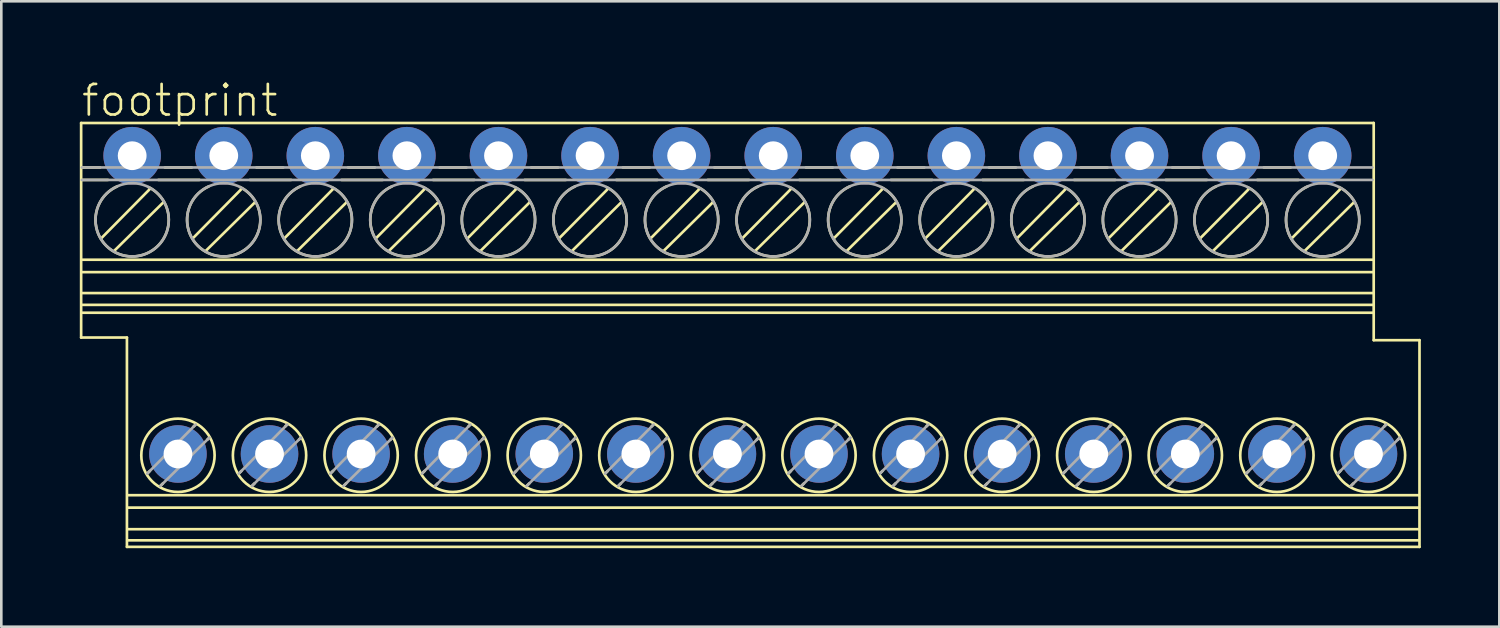
<source format=kicad_pcb>
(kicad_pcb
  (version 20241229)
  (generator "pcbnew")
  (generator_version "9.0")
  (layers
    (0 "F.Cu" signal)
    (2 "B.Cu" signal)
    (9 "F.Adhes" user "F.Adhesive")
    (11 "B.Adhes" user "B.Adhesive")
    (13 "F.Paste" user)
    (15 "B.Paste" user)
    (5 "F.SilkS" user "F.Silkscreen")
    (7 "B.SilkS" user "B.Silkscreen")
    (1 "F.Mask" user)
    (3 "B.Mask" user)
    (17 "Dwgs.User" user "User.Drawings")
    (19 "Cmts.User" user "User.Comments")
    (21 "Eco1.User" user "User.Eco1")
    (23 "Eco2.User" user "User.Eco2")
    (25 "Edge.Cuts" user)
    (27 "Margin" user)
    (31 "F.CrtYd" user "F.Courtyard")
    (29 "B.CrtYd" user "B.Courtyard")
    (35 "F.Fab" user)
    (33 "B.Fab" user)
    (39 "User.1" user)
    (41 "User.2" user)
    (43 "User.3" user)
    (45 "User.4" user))
  (footprint "footprint"
    (layer "F.Cu")
    (at 24.751 9.751)
    (property "Reference" "footprint" (at -24.751 -8.278 0) (layer "F.SilkS") (effects (font (size 1.168 1.168) (thickness 0.102)) (justify left bottom)))
    (fp_line (start -24.7 -8.1) (end 24.7 -8.1) (stroke (width 0.102) (type solid)) (layer "F.SilkS"))
    (fp_line (start -24.7 0.1) (end -24.7 -8.1) (stroke (width 0.102) (type solid)) (layer "F.SilkS"))
    (fp_line (start -24.675 -6.4) (end -23.975 -6.4) (stroke (width 0.102) (type solid)) (layer "F.SilkS"))
    (fp_line (start -24.675 -5.925) (end -23.675 -5.925) (stroke (width 0.102) (type solid)) (layer "F.SilkS"))
    (fp_line (start -24.65 -2.875) (end 24.675 -2.875) (stroke (width 0.102) (type solid)) (layer "F.SilkS"))
    (fp_line (start -24.65 -2.4) (end 24.675 -2.4) (stroke (width 0.102) (type solid)) (layer "F.SilkS"))
    (fp_line (start -24.65 -1.6) (end 24.675 -1.6) (stroke (width 0.102) (type solid)) (layer "F.SilkS"))
    (fp_line (start -24.65 -0.85) (end 24.675 -0.85) (stroke (width 0.102) (type solid)) (layer "F.SilkS"))
    (fp_line (start -23.925 -3.7) (end -22.075 -5.575) (stroke (width 0.102) (type solid)) (layer "F.SilkS"))
    (fp_line (start -23.425 -3.225) (end -21.55 -5.075) (stroke (width 0.102) (type solid)) (layer "F.SilkS"))
    (fp_line (start -22.95 0.1) (end -24.7 0.1) (stroke (width 0.102) (type solid)) (layer "F.SilkS"))
    (fp_line (start -22.95 8.1) (end -22.95 0.1) (stroke (width 0.102) (type solid)) (layer "F.SilkS"))
    (fp_line (start -22.9 6.125) (end 26.425 6.125) (stroke (width 0.102) (type solid)) (layer "F.SilkS"))
    (fp_line (start -22.9 6.6) (end 26.425 6.6) (stroke (width 0.102) (type solid)) (layer "F.SilkS"))
    (fp_line (start -22.9 7.425) (end 26.425 7.425) (stroke (width 0.102) (type solid)) (layer "F.SilkS"))
    (fp_line (start -22.9 7.85) (end 26.425 7.85) (stroke (width 0.102) (type solid)) (layer "F.SilkS"))
    (fp_line (start -22.175 5.3) (end -22.075 5.2) (stroke (width 0.102) (type solid)) (layer "F.SilkS"))
    (fp_line (start -21.75 -5.925) (end -20.175 -5.925) (stroke (width 0.102) (type solid)) (layer "F.SilkS"))
    (fp_line (start -21.675 5.775) (end -21.575 5.675) (stroke (width 0.102) (type solid)) (layer "F.SilkS"))
    (fp_line (start -21.5 -6.4) (end -20.475 -6.4) (stroke (width 0.102) (type solid)) (layer "F.SilkS"))
    (fp_line (start -20.425 -3.7) (end -18.575 -5.575) (stroke (width 0.102) (type solid)) (layer "F.SilkS"))
    (fp_line (start -20.4 3.5) (end -20.325 3.425) (stroke (width 0.102) (type solid)) (layer "F.SilkS"))
    (fp_line (start -19.925 -3.225) (end -18.05 -5.075) (stroke (width 0.102) (type solid)) (layer "F.SilkS"))
    (fp_line (start -19.875 4) (end -19.8 3.925) (stroke (width 0.102) (type solid)) (layer "F.SilkS"))
    (fp_line (start -18.675 5.3) (end -18.575 5.2) (stroke (width 0.102) (type solid)) (layer "F.SilkS"))
    (fp_line (start -18.25 -5.925) (end -16.675 -5.925) (stroke (width 0.102) (type solid)) (layer "F.SilkS"))
    (fp_line (start -18.175 5.775) (end -18.075 5.675) (stroke (width 0.102) (type solid)) (layer "F.SilkS"))
    (fp_line (start -18 -6.4) (end -16.975 -6.4) (stroke (width 0.102) (type solid)) (layer "F.SilkS"))
    (fp_line (start -16.925 -3.7) (end -15.075 -5.575) (stroke (width 0.102) (type solid)) (layer "F.SilkS"))
    (fp_line (start -16.9 3.5) (end -16.825 3.425) (stroke (width 0.102) (type solid)) (layer "F.SilkS"))
    (fp_line (start -16.425 -3.225) (end -14.55 -5.075) (stroke (width 0.102) (type solid)) (layer "F.SilkS"))
    (fp_line (start -16.375 4) (end -16.3 3.925) (stroke (width 0.102) (type solid)) (layer "F.SilkS"))
    (fp_line (start -15.175 5.3) (end -15.075 5.2) (stroke (width 0.102) (type solid)) (layer "F.SilkS"))
    (fp_line (start -14.75 -5.925) (end -13.175 -5.925) (stroke (width 0.102) (type solid)) (layer "F.SilkS"))
    (fp_line (start -14.675 5.775) (end -14.575 5.675) (stroke (width 0.102) (type solid)) (layer "F.SilkS"))
    (fp_line (start -14.5 -6.4) (end -13.475 -6.4) (stroke (width 0.102) (type solid)) (layer "F.SilkS"))
    (fp_line (start -13.425 -3.7) (end -11.575 -5.575) (stroke (width 0.102) (type solid)) (layer "F.SilkS"))
    (fp_line (start -13.4 3.5) (end -13.325 3.425) (stroke (width 0.102) (type solid)) (layer "F.SilkS"))
    (fp_line (start -12.925 -3.225) (end -11.05 -5.075) (stroke (width 0.102) (type solid)) (layer "F.SilkS"))
    (fp_line (start -12.875 4) (end -12.8 3.925) (stroke (width 0.102) (type solid)) (layer "F.SilkS"))
    (fp_line (start -11.675 5.3) (end -11.575 5.2) (stroke (width 0.102) (type solid)) (layer "F.SilkS"))
    (fp_line (start -11.25 -5.925) (end -9.675 -5.925) (stroke (width 0.102) (type solid)) (layer "F.SilkS"))
    (fp_line (start -11.175 5.775) (end -11.075 5.675) (stroke (width 0.102) (type solid)) (layer "F.SilkS"))
    (fp_line (start -11 -6.4) (end -9.975 -6.4) (stroke (width 0.102) (type solid)) (layer "F.SilkS"))
    (fp_line (start -9.925 -3.7) (end -8.075 -5.575) (stroke (width 0.102) (type solid)) (layer "F.SilkS"))
    (fp_line (start -9.9 3.5) (end -9.825 3.425) (stroke (width 0.102) (type solid)) (layer "F.SilkS"))
    (fp_line (start -9.425 -3.225) (end -7.55 -5.075) (stroke (width 0.102) (type solid)) (layer "F.SilkS"))
    (fp_line (start -9.375 4) (end -9.3 3.925) (stroke (width 0.102) (type solid)) (layer "F.SilkS"))
    (fp_line (start -8.175 5.3) (end -8.075 5.2) (stroke (width 0.102) (type solid)) (layer "F.SilkS"))
    (fp_line (start -7.75 -5.925) (end -6.175 -5.925) (stroke (width 0.102) (type solid)) (layer "F.SilkS"))
    (fp_line (start -7.675 5.775) (end -7.575 5.675) (stroke (width 0.102) (type solid)) (layer "F.SilkS"))
    (fp_line (start -7.5 -6.4) (end -6.475 -6.4) (stroke (width 0.102) (type solid)) (layer "F.SilkS"))
    (fp_line (start -6.425 -3.7) (end -4.575 -5.575) (stroke (width 0.102) (type solid)) (layer "F.SilkS"))
    (fp_line (start -6.4 3.5) (end -6.325 3.425) (stroke (width 0.102) (type solid)) (layer "F.SilkS"))
    (fp_line (start -5.925 -3.225) (end -4.05 -5.075) (stroke (width 0.102) (type solid)) (layer "F.SilkS"))
    (fp_line (start -5.875 4) (end -5.8 3.925) (stroke (width 0.102) (type solid)) (layer "F.SilkS"))
    (fp_line (start -4.675 5.3) (end -4.575 5.2) (stroke (width 0.102) (type solid)) (layer "F.SilkS"))
    (fp_line (start -4.25 -5.925) (end -2.675 -5.925) (stroke (width 0.102) (type solid)) (layer "F.SilkS"))
    (fp_line (start -4.175 5.775) (end -4.075 5.675) (stroke (width 0.102) (type solid)) (layer "F.SilkS"))
    (fp_line (start -4 -6.4) (end -2.975 -6.4) (stroke (width 0.102) (type solid)) (layer "F.SilkS"))
    (fp_line (start -2.925 -3.7) (end -1.075 -5.575) (stroke (width 0.102) (type solid)) (layer "F.SilkS"))
    (fp_line (start -2.9 3.5) (end -2.825 3.425) (stroke (width 0.102) (type solid)) (layer "F.SilkS"))
    (fp_line (start -2.425 -3.225) (end -0.55 -5.075) (stroke (width 0.102) (type solid)) (layer "F.SilkS"))
    (fp_line (start -2.375 4) (end -2.3 3.925) (stroke (width 0.102) (type solid)) (layer "F.SilkS"))
    (fp_line (start -1.175 5.3) (end -1.075 5.2) (stroke (width 0.102) (type solid)) (layer "F.SilkS"))
    (fp_line (start -0.75 -5.925) (end 0.825 -5.925) (stroke (width 0.102) (type solid)) (layer "F.SilkS"))
    (fp_line (start -0.675 5.775) (end -0.575 5.675) (stroke (width 0.102) (type solid)) (layer "F.SilkS"))
    (fp_line (start -0.5 -6.4) (end 0.525 -6.4) (stroke (width 0.102) (type solid)) (layer "F.SilkS"))
    (fp_line (start 0.575 -3.7) (end 2.425 -5.575) (stroke (width 0.102) (type solid)) (layer "F.SilkS"))
    (fp_line (start 0.6 3.5) (end 0.675 3.425) (stroke (width 0.102) (type solid)) (layer "F.SilkS"))
    (fp_line (start 1.075 -3.225) (end 2.95 -5.075) (stroke (width 0.102) (type solid)) (layer "F.SilkS"))
    (fp_line (start 1.125 4) (end 1.2 3.925) (stroke (width 0.102) (type solid)) (layer "F.SilkS"))
    (fp_line (start 2.325 5.3) (end 2.425 5.2) (stroke (width 0.102) (type solid)) (layer "F.SilkS"))
    (fp_line (start 2.75 -5.925) (end 4.325 -5.925) (stroke (width 0.102) (type solid)) (layer "F.SilkS"))
    (fp_line (start 2.825 5.775) (end 2.925 5.675) (stroke (width 0.102) (type solid)) (layer "F.SilkS"))
    (fp_line (start 3 -6.4) (end 4.025 -6.4) (stroke (width 0.102) (type solid)) (layer "F.SilkS"))
    (fp_line (start 4.075 -3.7) (end 5.925 -5.575) (stroke (width 0.102) (type solid)) (layer "F.SilkS"))
    (fp_line (start 4.1 3.5) (end 4.175 3.425) (stroke (width 0.102) (type solid)) (layer "F.SilkS"))
    (fp_line (start 4.575 -3.225) (end 6.45 -5.075) (stroke (width 0.102) (type solid)) (layer "F.SilkS"))
    (fp_line (start 4.625 4) (end 4.7 3.925) (stroke (width 0.102) (type solid)) (layer "F.SilkS"))
    (fp_line (start 5.825 5.3) (end 5.925 5.2) (stroke (width 0.102) (type solid)) (layer "F.SilkS"))
    (fp_line (start 6.25 -5.925) (end 7.825 -5.925) (stroke (width 0.102) (type solid)) (layer "F.SilkS"))
    (fp_line (start 6.325 5.775) (end 6.425 5.675) (stroke (width 0.102) (type solid)) (layer "F.SilkS"))
    (fp_line (start 6.5 -6.4) (end 7.525 -6.4) (stroke (width 0.102) (type solid)) (layer "F.SilkS"))
    (fp_line (start 7.575 -3.7) (end 9.425 -5.575) (stroke (width 0.102) (type solid)) (layer "F.SilkS"))
    (fp_line (start 7.6 3.5) (end 7.675 3.425) (stroke (width 0.102) (type solid)) (layer "F.SilkS"))
    (fp_line (start 8.075 -3.225) (end 9.95 -5.075) (stroke (width 0.102) (type solid)) (layer "F.SilkS"))
    (fp_line (start 8.125 4) (end 8.2 3.925) (stroke (width 0.102) (type solid)) (layer "F.SilkS"))
    (fp_line (start 9.325 5.3) (end 9.425 5.2) (stroke (width 0.102) (type solid)) (layer "F.SilkS"))
    (fp_line (start 9.75 -5.925) (end 11.325 -5.925) (stroke (width 0.102) (type solid)) (layer "F.SilkS"))
    (fp_line (start 9.825 5.775) (end 9.925 5.675) (stroke (width 0.102) (type solid)) (layer "F.SilkS"))
    (fp_line (start 10 -6.4) (end 11.025 -6.4) (stroke (width 0.102) (type solid)) (layer "F.SilkS"))
    (fp_line (start 11.075 -3.7) (end 12.925 -5.575) (stroke (width 0.102) (type solid)) (layer "F.SilkS"))
    (fp_line (start 11.1 3.5) (end 11.175 3.425) (stroke (width 0.102) (type solid)) (layer "F.SilkS"))
    (fp_line (start 11.575 -3.225) (end 13.45 -5.075) (stroke (width 0.102) (type solid)) (layer "F.SilkS"))
    (fp_line (start 11.625 4) (end 11.7 3.925) (stroke (width 0.102) (type solid)) (layer "F.SilkS"))
    (fp_line (start 12.825 5.3) (end 12.925 5.2) (stroke (width 0.102) (type solid)) (layer "F.SilkS"))
    (fp_line (start 13.25 -5.925) (end 14.825 -5.925) (stroke (width 0.102) (type solid)) (layer "F.SilkS"))
    (fp_line (start 13.325 5.775) (end 13.425 5.675) (stroke (width 0.102) (type solid)) (layer "F.SilkS"))
    (fp_line (start 13.5 -6.4) (end 14.525 -6.4) (stroke (width 0.102) (type solid)) (layer "F.SilkS"))
    (fp_line (start 14.575 -3.7) (end 16.425 -5.575) (stroke (width 0.102) (type solid)) (layer "F.SilkS"))
    (fp_line (start 14.6 3.5) (end 14.675 3.425) (stroke (width 0.102) (type solid)) (layer "F.SilkS"))
    (fp_line (start 15.075 -3.225) (end 16.95 -5.075) (stroke (width 0.102) (type solid)) (layer "F.SilkS"))
    (fp_line (start 15.125 4) (end 15.2 3.925) (stroke (width 0.102) (type solid)) (layer "F.SilkS"))
    (fp_line (start 16.325 5.3) (end 16.425 5.2) (stroke (width 0.102) (type solid)) (layer "F.SilkS"))
    (fp_line (start 16.75 -5.925) (end 18.325 -5.925) (stroke (width 0.102) (type solid)) (layer "F.SilkS"))
    (fp_line (start 16.825 5.775) (end 16.925 5.675) (stroke (width 0.102) (type solid)) (layer "F.SilkS"))
    (fp_line (start 17 -6.4) (end 18.025 -6.4) (stroke (width 0.102) (type solid)) (layer "F.SilkS"))
    (fp_line (start 18.075 -3.7) (end 19.925 -5.575) (stroke (width 0.102) (type solid)) (layer "F.SilkS"))
    (fp_line (start 18.1 3.5) (end 18.175 3.425) (stroke (width 0.102) (type solid)) (layer "F.SilkS"))
    (fp_line (start 18.575 -3.225) (end 20.45 -5.075) (stroke (width 0.102) (type solid)) (layer "F.SilkS"))
    (fp_line (start 18.625 4) (end 18.7 3.925) (stroke (width 0.102) (type solid)) (layer "F.SilkS"))
    (fp_line (start 19.825 5.3) (end 19.925 5.2) (stroke (width 0.102) (type solid)) (layer "F.SilkS"))
    (fp_line (start 20.25 -5.925) (end 21.825 -5.925) (stroke (width 0.102) (type solid)) (layer "F.SilkS"))
    (fp_line (start 20.325 5.775) (end 20.425 5.675) (stroke (width 0.102) (type solid)) (layer "F.SilkS"))
    (fp_line (start 20.5 -6.4) (end 21.525 -6.4) (stroke (width 0.102) (type solid)) (layer "F.SilkS"))
    (fp_line (start 21.575 -3.7) (end 23.425 -5.575) (stroke (width 0.102) (type solid)) (layer "F.SilkS"))
    (fp_line (start 21.6 3.5) (end 21.675 3.425) (stroke (width 0.102) (type solid)) (layer "F.SilkS"))
    (fp_line (start 22.075 -3.225) (end 23.95 -5.075) (stroke (width 0.102) (type solid)) (layer "F.SilkS"))
    (fp_line (start 22.125 4) (end 22.2 3.925) (stroke (width 0.102) (type solid)) (layer "F.SilkS"))
    (fp_line (start 23.325 5.3) (end 23.425 5.2) (stroke (width 0.102) (type solid)) (layer "F.SilkS"))
    (fp_line (start 23.825 5.775) (end 23.925 5.675) (stroke (width 0.102) (type solid)) (layer "F.SilkS"))
    (fp_line (start 24.675 -1.15) (end -24.65 -1.15) (stroke (width 0.102) (type solid)) (layer "F.SilkS"))
    (fp_line (start 24.7 -8.1) (end 24.7 0.2) (stroke (width 0.102) (type solid)) (layer "F.SilkS"))
    (fp_line (start 24.7 0.2) (end 26.45 0.2) (stroke (width 0.102) (type solid)) (layer "F.SilkS"))
    (fp_line (start 25.1 3.5) (end 25.175 3.425) (stroke (width 0.102) (type solid)) (layer "F.SilkS"))
    (fp_line (start 25.625 4) (end 25.7 3.925) (stroke (width 0.102) (type solid)) (layer "F.SilkS"))
    (fp_line (start 26.45 0.2) (end 26.45 8.1) (stroke (width 0.102) (type solid)) (layer "F.SilkS"))
    (fp_line (start 26.45 8.1) (end -22.95 8.1) (stroke (width 0.102) (type solid)) (layer "F.SilkS"))
    (fp_arc (start -22.124999 -5.65) (mid -22.780481 -2.999357) (end -23.325 -5.675) (stroke (width 0.1016) (type solid)) (layer "F.SilkS"))
    (fp_arc (start -18.624999 -5.65) (mid -19.280481 -2.999357) (end -19.825 -5.675) (stroke (width 0.1016) (type solid)) (layer "F.SilkS"))
    (fp_arc (start -15.124999 -5.65) (mid -15.780481 -2.999357) (end -16.325 -5.675) (stroke (width 0.1016) (type solid)) (layer "F.SilkS"))
    (fp_arc (start -11.624999 -5.65) (mid -12.280481 -2.999357) (end -12.825 -5.675) (stroke (width 0.1016) (type solid)) (layer "F.SilkS"))
    (fp_arc (start -8.124999 -5.65) (mid -8.780481 -2.999357) (end -9.325 -5.675) (stroke (width 0.1016) (type solid)) (layer "F.SilkS"))
    (fp_arc (start -4.624999 -5.65) (mid -5.280481 -2.999357) (end -5.825 -5.675) (stroke (width 0.1016) (type solid)) (layer "F.SilkS"))
    (fp_arc (start -1.124999 -5.65) (mid -1.780481 -2.999357) (end -2.325 -5.675) (stroke (width 0.1016) (type solid)) (layer "F.SilkS"))
    (fp_arc (start 2.375001 -5.65) (mid 1.719517 -2.999357) (end 1.175 -5.675) (stroke (width 0.1016) (type solid)) (layer "F.SilkS"))
    (fp_arc (start 5.875001 -5.65) (mid 5.219517 -2.999357) (end 4.675 -5.675) (stroke (width 0.1016) (type solid)) (layer "F.SilkS"))
    (fp_arc (start 9.375001 -5.65) (mid 8.719517 -2.999357) (end 8.175 -5.675) (stroke (width 0.1016) (type solid)) (layer "F.SilkS"))
    (fp_arc (start 12.875001 -5.65) (mid 12.219517 -2.999357) (end 11.675 -5.675) (stroke (width 0.1016) (type solid)) (layer "F.SilkS"))
    (fp_arc (start 16.375001 -5.65) (mid 15.719517 -2.999357) (end 15.175 -5.675) (stroke (width 0.1016) (type solid)) (layer "F.SilkS"))
    (fp_arc (start 19.875001 -5.65) (mid 19.219517 -2.999357) (end 18.675 -5.675) (stroke (width 0.1016) (type solid)) (layer "F.SilkS"))
    (fp_arc (start 23.375001 -5.65) (mid 22.719517 -2.999357) (end 22.175 -5.675) (stroke (width 0.1016) (type solid)) (layer "F.SilkS"))
    (fp_circle (center -21 4.6) (end -19.599 4.6) (stroke (width 0.102) (type solid)) (fill no) (layer "F.SilkS"))
    (fp_circle (center -17.5 4.6) (end -16.099 4.6) (stroke (width 0.102) (type solid)) (fill no) (layer "F.SilkS"))
    (fp_circle (center -14 4.6) (end -12.599 4.6) (stroke (width 0.102) (type solid)) (fill no) (layer "F.SilkS"))
    (fp_circle (center -10.5 4.6) (end -9.099 4.6) (stroke (width 0.102) (type solid)) (fill no) (layer "F.SilkS"))
    (fp_circle (center -7 4.6) (end -5.599 4.6) (stroke (width 0.102) (type solid)) (fill no) (layer "F.SilkS"))
    (fp_circle (center -3.5 4.6) (end -2.099 4.6) (stroke (width 0.102) (type solid)) (fill no) (layer "F.SilkS"))
    (fp_circle (center 0 4.6) (end 1.401 4.6) (stroke (width 0.102) (type solid)) (fill no) (layer "F.SilkS"))
    (fp_circle (center 3.5 4.6) (end 4.901 4.6) (stroke (width 0.102) (type solid)) (fill no) (layer "F.SilkS"))
    (fp_circle (center 7 4.6) (end 8.401 4.6) (stroke (width 0.102) (type solid)) (fill no) (layer "F.SilkS"))
    (fp_circle (center 10.5 4.6) (end 11.901 4.6) (stroke (width 0.102) (type solid)) (fill no) (layer "F.SilkS"))
    (fp_circle (center 14 4.6) (end 15.401 4.6) (stroke (width 0.102) (type solid)) (fill no) (layer "F.SilkS"))
    (fp_circle (center 17.5 4.6) (end 18.901 4.6) (stroke (width 0.102) (type solid)) (fill no) (layer "F.SilkS"))
    (fp_circle (center 21 4.6) (end 22.401 4.6) (stroke (width 0.102) (type solid)) (fill no) (layer "F.SilkS"))
    (fp_circle (center 24.5 4.6) (end 25.901 4.6) (stroke (width 0.102) (type solid)) (fill no) (layer "F.SilkS"))
    (fp_line (start -24.675 -6.4) (end 24.65 -6.4) (stroke (width 0.102) (type solid)) (layer "F.Fab"))
    (fp_line (start -24.675 -5.925) (end 24.65 -5.925) (stroke (width 0.102) (type solid)) (layer "F.Fab"))
    (fp_line (start -22.175 5.3) (end -20.325 3.425) (stroke (width 0.102) (type solid)) (layer "F.Fab"))
    (fp_line (start -21.675 5.775) (end -19.8 3.925) (stroke (width 0.102) (type solid)) (layer "F.Fab"))
    (fp_line (start -18.675 5.3) (end -16.825 3.425) (stroke (width 0.102) (type solid)) (layer "F.Fab"))
    (fp_line (start -18.175 5.775) (end -16.3 3.925) (stroke (width 0.102) (type solid)) (layer "F.Fab"))
    (fp_line (start -15.175 5.3) (end -13.325 3.425) (stroke (width 0.102) (type solid)) (layer "F.Fab"))
    (fp_line (start -14.675 5.775) (end -12.8 3.925) (stroke (width 0.102) (type solid)) (layer "F.Fab"))
    (fp_line (start -11.675 5.3) (end -9.825 3.425) (stroke (width 0.102) (type solid)) (layer "F.Fab"))
    (fp_line (start -11.175 5.775) (end -9.3 3.925) (stroke (width 0.102) (type solid)) (layer "F.Fab"))
    (fp_line (start -8.175 5.3) (end -6.325 3.425) (stroke (width 0.102) (type solid)) (layer "F.Fab"))
    (fp_line (start -7.675 5.775) (end -5.8 3.925) (stroke (width 0.102) (type solid)) (layer "F.Fab"))
    (fp_line (start -4.675 5.3) (end -2.825 3.425) (stroke (width 0.102) (type solid)) (layer "F.Fab"))
    (fp_line (start -4.175 5.775) (end -2.3 3.925) (stroke (width 0.102) (type solid)) (layer "F.Fab"))
    (fp_line (start -1.175 5.3) (end 0.675 3.425) (stroke (width 0.102) (type solid)) (layer "F.Fab"))
    (fp_line (start -0.675 5.775) (end 1.2 3.925) (stroke (width 0.102) (type solid)) (layer "F.Fab"))
    (fp_line (start 2.325 5.3) (end 4.175 3.425) (stroke (width 0.102) (type solid)) (layer "F.Fab"))
    (fp_line (start 2.825 5.775) (end 4.7 3.925) (stroke (width 0.102) (type solid)) (layer "F.Fab"))
    (fp_line (start 5.825 5.3) (end 7.675 3.425) (stroke (width 0.102) (type solid)) (layer "F.Fab"))
    (fp_line (start 6.325 5.775) (end 8.2 3.925) (stroke (width 0.102) (type solid)) (layer "F.Fab"))
    (fp_line (start 9.325 5.3) (end 11.175 3.425) (stroke (width 0.102) (type solid)) (layer "F.Fab"))
    (fp_line (start 9.825 5.775) (end 11.7 3.925) (stroke (width 0.102) (type solid)) (layer "F.Fab"))
    (fp_line (start 12.825 5.3) (end 14.675 3.425) (stroke (width 0.102) (type solid)) (layer "F.Fab"))
    (fp_line (start 13.325 5.775) (end 15.2 3.925) (stroke (width 0.102) (type solid)) (layer "F.Fab"))
    (fp_line (start 16.325 5.3) (end 18.175 3.425) (stroke (width 0.102) (type solid)) (layer "F.Fab"))
    (fp_line (start 16.825 5.775) (end 18.7 3.925) (stroke (width 0.102) (type solid)) (layer "F.Fab"))
    (fp_line (start 19.825 5.3) (end 21.675 3.425) (stroke (width 0.102) (type solid)) (layer "F.Fab"))
    (fp_line (start 20.325 5.775) (end 22.2 3.925) (stroke (width 0.102) (type solid)) (layer "F.Fab"))
    (fp_line (start 23.325 5.3) (end 25.175 3.425) (stroke (width 0.102) (type solid)) (layer "F.Fab"))
    (fp_line (start 23.825 5.775) (end 25.7 3.925) (stroke (width 0.102) (type solid)) (layer "F.Fab"))
    (fp_circle (center -22.75 -4.4) (end -21.349 -4.4) (stroke (width 0.102) (type solid)) (fill no) (layer "F.Fab"))
    (fp_circle (center -19.25 -4.4) (end -17.849 -4.4) (stroke (width 0.102) (type solid)) (fill no) (layer "F.Fab"))
    (fp_circle (center -15.75 -4.4) (end -14.349 -4.4) (stroke (width 0.102) (type solid)) (fill no) (layer "F.Fab"))
    (fp_circle (center -12.25 -4.4) (end -10.849 -4.4) (stroke (width 0.102) (type solid)) (fill no) (layer "F.Fab"))
    (fp_circle (center -8.75 -4.4) (end -7.349 -4.4) (stroke (width 0.102) (type solid)) (fill no) (layer "F.Fab"))
    (fp_circle (center -5.25 -4.4) (end -3.849 -4.4) (stroke (width 0.102) (type solid)) (fill no) (layer "F.Fab"))
    (fp_circle (center -1.75 -4.4) (end -0.349 -4.4) (stroke (width 0.102) (type solid)) (fill no) (layer "F.Fab"))
    (fp_circle (center 1.75 -4.4) (end 3.151 -4.4) (stroke (width 0.102) (type solid)) (fill no) (layer "F.Fab"))
    (fp_circle (center 5.25 -4.4) (end 6.651 -4.4) (stroke (width 0.102) (type solid)) (fill no) (layer "F.Fab"))
    (fp_circle (center 8.75 -4.4) (end 10.151 -4.4) (stroke (width 0.102) (type solid)) (fill no) (layer "F.Fab"))
    (fp_circle (center 12.25 -4.4) (end 13.651 -4.4) (stroke (width 0.102) (type solid)) (fill no) (layer "F.Fab"))
    (fp_circle (center 15.75 -4.4) (end 17.151 -4.4) (stroke (width 0.102) (type solid)) (fill no) (layer "F.Fab"))
    (fp_circle (center 19.25 -4.4) (end 20.651 -4.4) (stroke (width 0.102) (type solid)) (fill no) (layer "F.Fab"))
    (fp_circle (center 22.75 -4.4) (end 24.151 -4.4) (stroke (width 0.102) (type solid)) (fill no) (layer "F.Fab"))
    (pad "1" thru_hole circle (at -22.75 -6.85) (size 2.2 2.2) (drill 1.1) (layers "*.Cu" "*.Mask"))
    (pad "2" thru_hole circle (at -21 4.55) (size 2.2 2.2) (drill 1.1) (layers "*.Cu" "*.Mask"))
    (pad "3" thru_hole circle (at -19.25 -6.85) (size 2.2 2.2) (drill 1.1) (layers "*.Cu" "*.Mask"))
    (pad "4" thru_hole circle (at -17.5 4.55) (size 2.2 2.2) (drill 1.1) (layers "*.Cu" "*.Mask"))
    (pad "5" thru_hole circle (at -15.75 -6.85) (size 2.2 2.2) (drill 1.1) (layers "*.Cu" "*.Mask"))
    (pad "6" thru_hole circle (at -14 4.55) (size 2.2 2.2) (drill 1.1) (layers "*.Cu" "*.Mask"))
    (pad "7" thru_hole circle (at -12.25 -6.85) (size 2.2 2.2) (drill 1.1) (layers "*.Cu" "*.Mask"))
    (pad "8" thru_hole circle (at -10.5 4.55) (size 2.2 2.2) (drill 1.1) (layers "*.Cu" "*.Mask"))
    (pad "9" thru_hole circle (at -8.75 -6.85) (size 2.2 2.2) (drill 1.1) (layers "*.Cu" "*.Mask"))
    (pad "10" thru_hole circle (at -7 4.55) (size 2.2 2.2) (drill 1.1) (layers "*.Cu" "*.Mask"))
    (pad "11" thru_hole circle (at -5.25 -6.85) (size 2.2 2.2) (drill 1.1) (layers "*.Cu" "*.Mask"))
    (pad "12" thru_hole circle (at -3.5 4.55) (size 2.2 2.2) (drill 1.1) (layers "*.Cu" "*.Mask"))
    (pad "13" thru_hole circle (at -1.75 -6.85) (size 2.2 2.2) (drill 1.1) (layers "*.Cu" "*.Mask"))
    (pad "14" thru_hole circle (at 0 4.55) (size 2.2 2.2) (drill 1.1) (layers "*.Cu" "*.Mask"))
    (pad "15" thru_hole circle (at 1.75 -6.85) (size 2.2 2.2) (drill 1.1) (layers "*.Cu" "*.Mask"))
    (pad "16" thru_hole circle (at 3.5 4.55) (size 2.2 2.2) (drill 1.1) (layers "*.Cu" "*.Mask"))
    (pad "17" thru_hole circle (at 5.25 -6.85) (size 2.2 2.2) (drill 1.1) (layers "*.Cu" "*.Mask"))
    (pad "18" thru_hole circle (at 7 4.55) (size 2.2 2.2) (drill 1.1) (layers "*.Cu" "*.Mask"))
    (pad "19" thru_hole circle (at 8.75 -6.85) (size 2.2 2.2) (drill 1.1) (layers "*.Cu" "*.Mask"))
    (pad "20" thru_hole circle (at 10.5 4.55) (size 2.2 2.2) (drill 1.1) (layers "*.Cu" "*.Mask"))
    (pad "21" thru_hole circle (at 12.25 -6.85) (size 2.2 2.2) (drill 1.1) (layers "*.Cu" "*.Mask"))
    (pad "22" thru_hole circle (at 14 4.55) (size 2.2 2.2) (drill 1.1) (layers "*.Cu" "*.Mask"))
    (pad "23" thru_hole circle (at 15.75 -6.85) (size 2.2 2.2) (drill 1.1) (layers "*.Cu" "*.Mask"))
    (pad "24" thru_hole circle (at 17.5 4.55) (size 2.2 2.2) (drill 1.1) (layers "*.Cu" "*.Mask"))
    (pad "25" thru_hole circle (at 19.25 -6.85) (size 2.2 2.2) (drill 1.1) (layers "*.Cu" "*.Mask"))
    (pad "26" thru_hole circle (at 21 4.55) (size 2.2 2.2) (drill 1.1) (layers "*.Cu" "*.Mask"))
    (pad "27" thru_hole circle (at 22.75 -6.85) (size 2.2 2.2) (drill 1.1) (layers "*.Cu" "*.Mask"))
    (pad "28" thru_hole circle (at 24.5 4.55) (size 2.2 2.2) (drill 1.1) (layers "*.Cu" "*.Mask")))
  (gr_rect
    (start -3 -3)
    (end 54.252 20.902)
    (stroke (width 0.1) (type default))
    (fill no)
    (layer "Edge.Cuts")))
</source>
